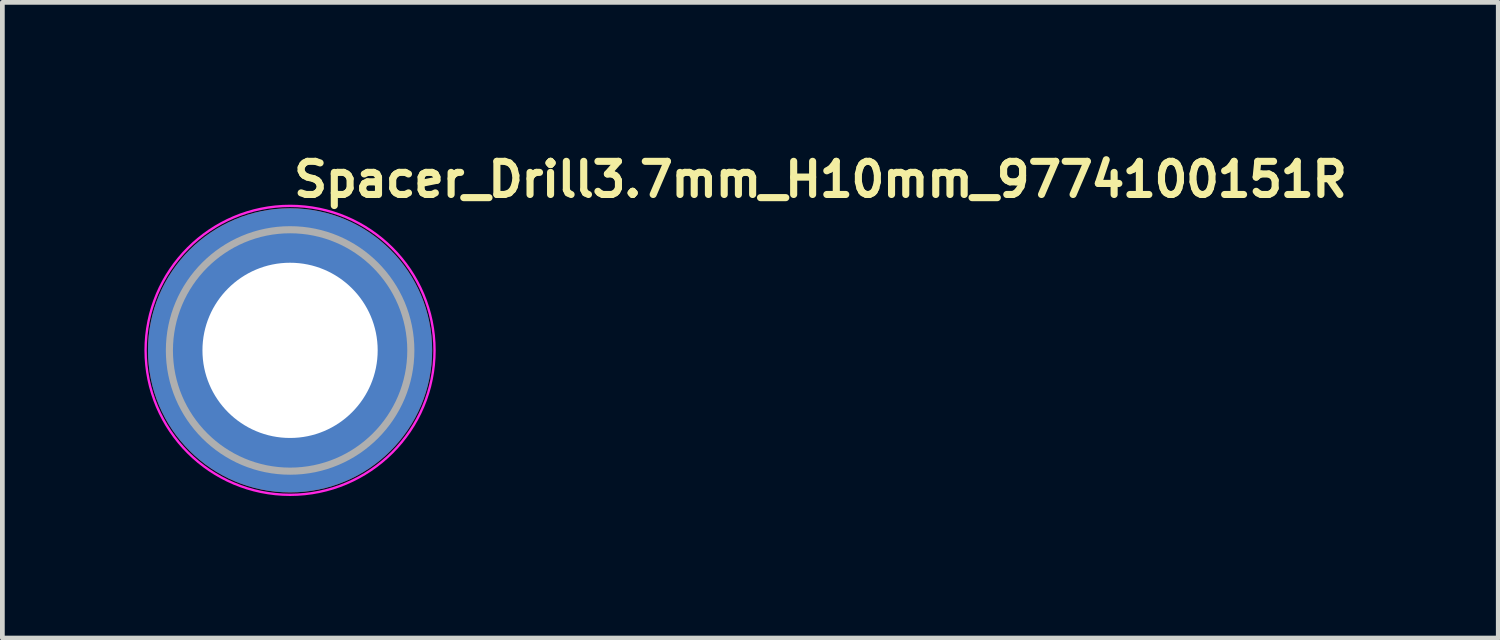
<source format=kicad_pcb>
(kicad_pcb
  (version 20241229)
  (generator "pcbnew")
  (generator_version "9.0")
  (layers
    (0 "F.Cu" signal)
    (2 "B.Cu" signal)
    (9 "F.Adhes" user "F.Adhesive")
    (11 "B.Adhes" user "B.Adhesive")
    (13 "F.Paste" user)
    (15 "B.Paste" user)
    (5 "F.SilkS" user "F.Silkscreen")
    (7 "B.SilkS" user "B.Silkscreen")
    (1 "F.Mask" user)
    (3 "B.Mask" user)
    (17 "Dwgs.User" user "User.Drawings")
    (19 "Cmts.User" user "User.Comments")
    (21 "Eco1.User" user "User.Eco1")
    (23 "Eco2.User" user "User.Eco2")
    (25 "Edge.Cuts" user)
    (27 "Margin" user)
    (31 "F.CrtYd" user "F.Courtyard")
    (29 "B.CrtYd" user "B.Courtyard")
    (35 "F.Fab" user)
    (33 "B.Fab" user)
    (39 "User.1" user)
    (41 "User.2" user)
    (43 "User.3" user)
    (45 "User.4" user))
  (footprint "Spacer_Drill3.7mm_H10mm_9774100151R"
    (layer "F.Cu")
    (at 3.075 4.348)
    (property "Reference" "Spacer_Drill3.7mm_H10mm_9774100151R" (at 0.002 -3.198 0) (layer "F.SilkS") (effects (font (size 0.7 0.7) (thickness 0.15)) (justify left bottom)))
    (attr smd)
    (fp_arc (start -2.4 0) (mid -2.230201 -0.88668) (end -1.744832 -1.647896) (stroke (width 1) (type solid)) (layer "F.Paste"))
    (fp_arc (start 0 -2.4) (mid 0.88668 -2.230201) (end 1.647896 -1.744832) (stroke (width 1) (type solid)) (layer "F.Paste"))
    (fp_arc (start 0 2.4) (mid -0.88668 2.230201) (end -1.647896 1.744832) (stroke (width 1) (type solid)) (layer "F.Paste"))
    (fp_arc (start 2.4 0) (mid 2.230201 0.88668) (end 1.744832 1.647896) (stroke (width 1) (type solid)) (layer "F.Paste"))
    (fp_circle (center 0 0) (end 3.05 -0.05) (stroke (width 0.05) (type solid)) (fill no) (layer "F.CrtYd"))
    (fp_circle (center 0.001 0.002) (end 2.55 0.002) (stroke (width 0.15) (type solid)) (fill no) (layer "F.Fab"))
    (fp_circle (center 0 0) (end 2.6 0) (stroke (width 0.12) (type solid)) (fill no) (layer "User.5"))
    (fp_line (start -2.549 0.002) (end -2.549 0.002) (stroke (width 0.02) (type solid)) (layer "User.9"))
    (fp_line (start -2.549 0.002) (end -2.546 0.133) (stroke (width 0.02) (type solid)) (layer "User.9"))
    (fp_line (start -2.546 -0.131) (end -2.549 0.002) (stroke (width 0.02) (type solid)) (layer "User.9"))
    (fp_line (start -2.546 0.133) (end -2.535 0.262) (stroke (width 0.02) (type solid)) (layer "User.9"))
    (fp_line (start -2.535 -0.26) (end -2.546 -0.131) (stroke (width 0.02) (type solid)) (layer "User.9"))
    (fp_line (start -2.535 0.262) (end -2.519 0.39) (stroke (width 0.02) (type solid)) (layer "User.9"))
    (fp_line (start -2.519 -0.388) (end -2.535 -0.26) (stroke (width 0.02) (type solid)) (layer "User.9"))
    (fp_line (start -2.519 0.39) (end -2.498 0.515) (stroke (width 0.02) (type solid)) (layer "User.9"))
    (fp_line (start -2.498 -0.513) (end -2.519 -0.388) (stroke (width 0.02) (type solid)) (layer "User.9"))
    (fp_line (start -2.498 0.515) (end -2.469 0.638) (stroke (width 0.02) (type solid)) (layer "User.9"))
    (fp_line (start -2.469 -0.636) (end -2.498 -0.513) (stroke (width 0.02) (type solid)) (layer "User.9"))
    (fp_line (start -2.469 0.638) (end -2.434 0.759) (stroke (width 0.02) (type solid)) (layer "User.9"))
    (fp_line (start -2.434 -0.757) (end -2.469 -0.636) (stroke (width 0.02) (type solid)) (layer "User.9"))
    (fp_line (start -2.434 0.759) (end -2.394 0.877) (stroke (width 0.02) (type solid)) (layer "User.9"))
    (fp_line (start -2.394 -0.875) (end -2.434 -0.757) (stroke (width 0.02) (type solid)) (layer "User.9"))
    (fp_line (start -2.394 0.877) (end -2.349 0.993) (stroke (width 0.02) (type solid)) (layer "User.9"))
    (fp_line (start -2.349 -0.991) (end -2.394 -0.875) (stroke (width 0.02) (type solid)) (layer "User.9"))
    (fp_line (start -2.349 0.993) (end -2.298 1.106) (stroke (width 0.02) (type solid)) (layer "User.9"))
    (fp_line (start -2.298 -1.105) (end -2.349 -0.991) (stroke (width 0.02) (type solid)) (layer "User.9"))
    (fp_line (start -2.298 1.106) (end -2.242 1.217) (stroke (width 0.02) (type solid)) (layer "User.9"))
    (fp_line (start -2.242 -1.214) (end -2.298 -1.105) (stroke (width 0.02) (type solid)) (layer "User.9"))
    (fp_line (start -2.242 1.217) (end -2.179 1.324) (stroke (width 0.02) (type solid)) (layer "User.9"))
    (fp_line (start -2.179 -1.321) (end -2.242 -1.214) (stroke (width 0.02) (type solid)) (layer "User.9"))
    (fp_line (start -2.179 1.324) (end -2.113 1.427) (stroke (width 0.02) (type solid)) (layer "User.9"))
    (fp_line (start -2.113 -1.424) (end -2.179 -1.321) (stroke (width 0.02) (type solid)) (layer "User.9"))
    (fp_line (start -2.113 1.427) (end -2.043 1.527) (stroke (width 0.02) (type solid)) (layer "User.9"))
    (fp_line (start -2.043 -1.524) (end -2.113 -1.424) (stroke (width 0.02) (type solid)) (layer "User.9"))
    (fp_line (start -2.043 1.527) (end -1.966 1.624) (stroke (width 0.02) (type solid)) (layer "User.9"))
    (fp_line (start -1.966 -1.621) (end -2.043 -1.524) (stroke (width 0.02) (type solid)) (layer "User.9"))
    (fp_line (start -1.966 1.624) (end -1.886 1.715) (stroke (width 0.02) (type solid)) (layer "User.9"))
    (fp_line (start -1.886 -1.714) (end -1.966 -1.621) (stroke (width 0.02) (type solid)) (layer "User.9"))
    (fp_line (start -1.886 1.715) (end -1.803 1.804) (stroke (width 0.02) (type solid)) (layer "User.9"))
    (fp_line (start -1.803 -1.803) (end -1.886 -1.714) (stroke (width 0.02) (type solid)) (layer "User.9"))
    (fp_line (start -1.803 1.804) (end -1.713 1.888) (stroke (width 0.02) (type solid)) (layer "User.9"))
    (fp_line (start -1.713 -1.887) (end -1.803 -1.803) (stroke (width 0.02) (type solid)) (layer "User.9"))
    (fp_line (start -1.713 1.888) (end -1.621 1.969) (stroke (width 0.02) (type solid)) (layer "User.9"))
    (fp_line (start -1.621 -1.966) (end -1.713 -1.887) (stroke (width 0.02) (type solid)) (layer "User.9"))
    (fp_line (start -1.621 1.969) (end -1.524 2.045) (stroke (width 0.02) (type solid)) (layer "User.9"))
    (fp_line (start -1.524 -2.042) (end -1.621 -1.966) (stroke (width 0.02) (type solid)) (layer "User.9"))
    (fp_line (start -1.524 2.045) (end -1.424 2.115) (stroke (width 0.02) (type solid)) (layer "User.9"))
    (fp_line (start -1.424 -2.114) (end -1.524 -2.042) (stroke (width 0.02) (type solid)) (layer "User.9"))
    (fp_line (start -1.424 2.115) (end -1.322 2.182) (stroke (width 0.02) (type solid)) (layer "User.9"))
    (fp_line (start -1.322 -2.18) (end -1.424 -2.114) (stroke (width 0.02) (type solid)) (layer "User.9"))
    (fp_line (start -1.322 2.182) (end -1.214 2.243) (stroke (width 0.02) (type solid)) (layer "User.9"))
    (fp_line (start -1.214 -2.241) (end -1.322 -2.18) (stroke (width 0.02) (type solid)) (layer "User.9"))
    (fp_line (start -1.214 2.243) (end -1.105 2.299) (stroke (width 0.02) (type solid)) (layer "User.9"))
    (fp_line (start -1.105 -2.297) (end -1.214 -2.241) (stroke (width 0.02) (type solid)) (layer "User.9"))
    (fp_line (start -1.105 2.299) (end -0.992 2.351) (stroke (width 0.02) (type solid)) (layer "User.9"))
    (fp_line (start -1.005 0.002) (end -1.005 0.002) (stroke (width 0.02) (type solid)) (layer "User.9"))
    (fp_line (start -1.005 0.002) (end -1.004 0.053) (stroke (width 0.02) (type solid)) (layer "User.9"))
    (fp_line (start -1.004 -0.051) (end -1.005 0.002) (stroke (width 0.02) (type solid)) (layer "User.9"))
    (fp_line (start -1.004 0.053) (end -1 0.104) (stroke (width 0.02) (type solid)) (layer "User.9"))
    (fp_line (start -1 -0.102) (end -1.004 -0.051) (stroke (width 0.02) (type solid)) (layer "User.9"))
    (fp_line (start -1 0.104) (end -0.993 0.154) (stroke (width 0.02) (type solid)) (layer "User.9"))
    (fp_line (start -0.993 -0.152) (end -1 -0.102) (stroke (width 0.02) (type solid)) (layer "User.9"))
    (fp_line (start -0.993 0.154) (end -0.985 0.204) (stroke (width 0.02) (type solid)) (layer "User.9"))
    (fp_line (start -0.992 -2.349) (end -1.105 -2.297) (stroke (width 0.02) (type solid)) (layer "User.9"))
    (fp_line (start -0.992 2.351) (end -0.875 2.396) (stroke (width 0.02) (type solid)) (layer "User.9"))
    (fp_line (start -0.985 -0.202) (end -0.993 -0.152) (stroke (width 0.02) (type solid)) (layer "User.9"))
    (fp_line (start -0.985 0.204) (end -0.973 0.252) (stroke (width 0.02) (type solid)) (layer "User.9"))
    (fp_line (start -0.973 -0.25) (end -0.985 -0.202) (stroke (width 0.02) (type solid)) (layer "User.9"))
    (fp_line (start -0.973 0.252) (end -0.96 0.3) (stroke (width 0.02) (type solid)) (layer "User.9"))
    (fp_line (start -0.96 -0.298) (end -0.973 -0.25) (stroke (width 0.02) (type solid)) (layer "User.9"))
    (fp_line (start -0.96 0.3) (end -0.944 0.348) (stroke (width 0.02) (type solid)) (layer "User.9"))
    (fp_line (start -0.944 -0.346) (end -0.96 -0.298) (stroke (width 0.02) (type solid)) (layer "User.9"))
    (fp_line (start -0.944 0.348) (end -0.927 0.393) (stroke (width 0.02) (type solid)) (layer "User.9"))
    (fp_line (start -0.927 -0.391) (end -0.944 -0.346) (stroke (width 0.02) (type solid)) (layer "User.9"))
    (fp_line (start -0.927 0.393) (end -0.907 0.437) (stroke (width 0.02) (type solid)) (layer "User.9"))
    (fp_line (start -0.907 -0.435) (end -0.927 -0.391) (stroke (width 0.02) (type solid)) (layer "User.9"))
    (fp_line (start -0.907 0.437) (end -0.884 0.481) (stroke (width 0.02) (type solid)) (layer "User.9"))
    (fp_line (start -0.884 -0.478) (end -0.907 -0.435) (stroke (width 0.02) (type solid)) (layer "User.9"))
    (fp_line (start -0.884 0.481) (end -0.859 0.523) (stroke (width 0.02) (type solid)) (layer "User.9"))
    (fp_line (start -0.875 -2.394) (end -0.992 -2.349) (stroke (width 0.02) (type solid)) (layer "User.9"))
    (fp_line (start -0.875 2.396) (end -0.758 2.437) (stroke (width 0.02) (type solid)) (layer "User.9"))
    (fp_line (start -0.859 -0.521) (end -0.884 -0.478) (stroke (width 0.02) (type solid)) (layer "User.9"))
    (fp_line (start -0.859 0.523) (end -0.834 0.564) (stroke (width 0.02) (type solid)) (layer "User.9"))
    (fp_line (start -0.834 -0.562) (end -0.859 -0.521) (stroke (width 0.02) (type solid)) (layer "User.9"))
    (fp_line (start -0.834 0.564) (end -0.806 0.603) (stroke (width 0.02) (type solid)) (layer "User.9"))
    (fp_line (start -0.806 -0.601) (end -0.834 -0.562) (stroke (width 0.02) (type solid)) (layer "User.9"))
    (fp_line (start -0.806 0.603) (end -0.775 0.642) (stroke (width 0.02) (type solid)) (layer "User.9"))
    (fp_line (start -0.775 -0.64) (end -0.806 -0.601) (stroke (width 0.02) (type solid)) (layer "User.9"))
    (fp_line (start -0.775 0.642) (end -0.745 0.678) (stroke (width 0.02) (type solid)) (layer "User.9"))
    (fp_line (start -0.758 -2.434) (end -0.875 -2.394) (stroke (width 0.02) (type solid)) (layer "User.9"))
    (fp_line (start -0.758 2.437) (end -0.637 2.47) (stroke (width 0.02) (type solid)) (layer "User.9"))
    (fp_line (start -0.745 -0.676) (end -0.775 -0.64) (stroke (width 0.02) (type solid)) (layer "User.9"))
    (fp_line (start -0.745 0.678) (end -0.71 0.712) (stroke (width 0.02) (type solid)) (layer "User.9"))
    (fp_line (start -0.71 -0.71) (end -0.745 -0.676) (stroke (width 0.02) (type solid)) (layer "User.9"))
    (fp_line (start -0.71 0.712) (end -0.675 0.746) (stroke (width 0.02) (type solid)) (layer "User.9"))
    (fp_line (start -0.675 -0.744) (end -0.71 -0.71) (stroke (width 0.02) (type solid)) (layer "User.9"))
    (fp_line (start -0.675 0.746) (end -0.64 0.778) (stroke (width 0.02) (type solid)) (layer "User.9"))
    (fp_line (start -0.64 -0.776) (end -0.675 -0.744) (stroke (width 0.02) (type solid)) (layer "User.9"))
    (fp_line (start -0.64 0.778) (end -0.601 0.808) (stroke (width 0.02) (type solid)) (layer "User.9"))
    (fp_line (start -0.637 -2.469) (end -0.758 -2.434) (stroke (width 0.02) (type solid)) (layer "User.9"))
    (fp_line (start -0.637 2.47) (end -0.512 2.5) (stroke (width 0.02) (type solid)) (layer "User.9"))
    (fp_line (start -0.601 -0.806) (end -0.64 -0.776) (stroke (width 0.02) (type solid)) (layer "User.9"))
    (fp_line (start -0.601 0.808) (end -0.561 0.835) (stroke (width 0.02) (type solid)) (layer "User.9"))
    (fp_line (start -0.561 -0.833) (end -0.601 -0.806) (stroke (width 0.02) (type solid)) (layer "User.9"))
    (fp_line (start -0.561 0.835) (end -0.521 0.861) (stroke (width 0.02) (type solid)) (layer "User.9"))
    (fp_line (start -0.521 -0.859) (end -0.561 -0.833) (stroke (width 0.02) (type solid)) (layer "User.9"))
    (fp_line (start -0.521 0.861) (end -0.479 0.886) (stroke (width 0.02) (type solid)) (layer "User.9"))
    (fp_line (start -0.512 -2.498) (end -0.637 -2.469) (stroke (width 0.02) (type solid)) (layer "User.9"))
    (fp_line (start -0.512 2.5) (end -0.387 2.521) (stroke (width 0.02) (type solid)) (layer "User.9"))
    (fp_line (start -0.479 -0.884) (end -0.521 -0.859) (stroke (width 0.02) (type solid)) (layer "User.9"))
    (fp_line (start -0.479 0.886) (end -0.436 0.909) (stroke (width 0.02) (type solid)) (layer "User.9"))
    (fp_line (start -0.436 -0.907) (end -0.479 -0.884) (stroke (width 0.02) (type solid)) (layer "User.9"))
    (fp_line (start -0.436 0.909) (end -0.391 0.929) (stroke (width 0.02) (type solid)) (layer "User.9"))
    (fp_line (start -0.391 -0.927) (end -0.436 -0.907) (stroke (width 0.02) (type solid)) (layer "User.9"))
    (fp_line (start -0.391 0.929) (end -0.346 0.947) (stroke (width 0.02) (type solid)) (layer "User.9"))
    (fp_line (start -0.387 -2.519) (end -0.512 -2.498) (stroke (width 0.02) (type solid)) (layer "User.9"))
    (fp_line (start -0.387 2.521) (end -0.259 2.537) (stroke (width 0.02) (type solid)) (layer "User.9"))
    (fp_line (start -0.346 -0.945) (end -0.391 -0.927) (stroke (width 0.02) (type solid)) (layer "User.9"))
    (fp_line (start -0.346 0.947) (end -0.299 0.962) (stroke (width 0.02) (type solid)) (layer "User.9"))
    (fp_line (start -0.299 -0.96) (end -0.346 -0.945) (stroke (width 0.02) (type solid)) (layer "User.9"))
    (fp_line (start -0.299 0.962) (end -0.25 0.975) (stroke (width 0.02) (type solid)) (layer "User.9"))
    (fp_line (start -0.259 -2.535) (end -0.387 -2.519) (stroke (width 0.02) (type solid)) (layer "User.9"))
    (fp_line (start -0.259 2.537) (end -0.13 2.548) (stroke (width 0.02) (type solid)) (layer "User.9"))
    (fp_line (start -0.25 -0.973) (end -0.299 -0.96) (stroke (width 0.02) (type solid)) (layer "User.9"))
    (fp_line (start -0.25 0.975) (end -0.202 0.987) (stroke (width 0.02) (type solid)) (layer "User.9"))
    (fp_line (start -0.202 -0.985) (end -0.25 -0.973) (stroke (width 0.02) (type solid)) (layer "User.9"))
    (fp_line (start -0.202 0.987) (end -0.153 0.995) (stroke (width 0.02) (type solid)) (layer "User.9"))
    (fp_line (start -0.153 -0.993) (end -0.202 -0.985) (stroke (width 0.02) (type solid)) (layer "User.9"))
    (fp_line (start -0.153 0.995) (end -0.101 1.003) (stroke (width 0.02) (type solid)) (layer "User.9"))
    (fp_line (start -0.13 -2.546) (end -0.259 -2.535) (stroke (width 0.02) (type solid)) (layer "User.9"))
    (fp_line (start -0.13 2.548) (end 0.001 2.55) (stroke (width 0.02) (type solid)) (layer "User.9"))
    (fp_line (start -0.101 -1) (end -0.153 -0.993) (stroke (width 0.02) (type solid)) (layer "User.9"))
    (fp_line (start -0.101 1.003) (end -0.05 1.007) (stroke (width 0.02) (type solid)) (layer "User.9"))
    (fp_line (start -0.05 -1.004) (end -0.101 -1) (stroke (width 0.02) (type solid)) (layer "User.9"))
    (fp_line (start -0.05 1.007) (end 0.001 1.007) (stroke (width 0.02) (type solid)) (layer "User.9"))
    (fp_line (start 0.001 -2.549) (end -0.13 -2.546) (stroke (width 0.02) (type solid)) (layer "User.9"))
    (fp_line (start 0.001 -2.549) (end 0.001 -2.549) (stroke (width 0.02) (type solid)) (layer "User.9"))
    (fp_line (start 0.001 -1.006) (end -0.05 -1.004) (stroke (width 0.02) (type solid)) (layer "User.9"))
    (fp_line (start 0.001 -1.006) (end 0.001 -1.006) (stroke (width 0.02) (type solid)) (layer "User.9"))
    (fp_line (start 0.001 1.007) (end 0.001 1.007) (stroke (width 0.02) (type solid)) (layer "User.9"))
    (fp_line (start 0.001 1.007) (end 0.052 1.007) (stroke (width 0.02) (type solid)) (layer "User.9"))
    (fp_line (start 0.001 2.55) (end 0.001 2.55) (stroke (width 0.02) (type solid)) (layer "User.9"))
    (fp_line (start 0.001 2.55) (end 0.133 2.548) (stroke (width 0.02) (type solid)) (layer "User.9"))
    (fp_line (start 0.052 -1.004) (end 0.001 -1.006) (stroke (width 0.02) (type solid)) (layer "User.9"))
    (fp_line (start 0.052 1.007) (end 0.104 1.003) (stroke (width 0.02) (type solid)) (layer "User.9"))
    (fp_line (start 0.104 -1) (end 0.052 -1.004) (stroke (width 0.02) (type solid)) (layer "User.9"))
    (fp_line (start 0.104 1.003) (end 0.154 0.995) (stroke (width 0.02) (type solid)) (layer "User.9"))
    (fp_line (start 0.133 -2.546) (end 0.001 -2.549) (stroke (width 0.02) (type solid)) (layer "User.9"))
    (fp_line (start 0.133 2.548) (end 0.262 2.537) (stroke (width 0.02) (type solid)) (layer "User.9"))
    (fp_line (start 0.154 -0.993) (end 0.104 -1) (stroke (width 0.02) (type solid)) (layer "User.9"))
    (fp_line (start 0.154 0.995) (end 0.204 0.987) (stroke (width 0.02) (type solid)) (layer "User.9"))
    (fp_line (start 0.204 -0.985) (end 0.154 -0.993) (stroke (width 0.02) (type solid)) (layer "User.9"))
    (fp_line (start 0.204 0.987) (end 0.253 0.975) (stroke (width 0.02) (type solid)) (layer "User.9"))
    (fp_line (start 0.253 -0.973) (end 0.204 -0.985) (stroke (width 0.02) (type solid)) (layer "User.9"))
    (fp_line (start 0.253 0.975) (end 0.301 0.962) (stroke (width 0.02) (type solid)) (layer "User.9"))
    (fp_line (start 0.262 -2.535) (end 0.133 -2.546) (stroke (width 0.02) (type solid)) (layer "User.9"))
    (fp_line (start 0.262 2.537) (end 0.39 2.521) (stroke (width 0.02) (type solid)) (layer "User.9"))
    (fp_line (start 0.301 -0.96) (end 0.253 -0.973) (stroke (width 0.02) (type solid)) (layer "User.9"))
    (fp_line (start 0.301 0.962) (end 0.347 0.947) (stroke (width 0.02) (type solid)) (layer "User.9"))
    (fp_line (start 0.347 -0.945) (end 0.301 -0.96) (stroke (width 0.02) (type solid)) (layer "User.9"))
    (fp_line (start 0.347 0.947) (end 0.392 0.929) (stroke (width 0.02) (type solid)) (layer "User.9"))
    (fp_line (start 0.39 -2.519) (end 0.262 -2.535) (stroke (width 0.02) (type solid)) (layer "User.9"))
    (fp_line (start 0.39 2.521) (end 0.514 2.5) (stroke (width 0.02) (type solid)) (layer "User.9"))
    (fp_line (start 0.392 -0.927) (end 0.347 -0.945) (stroke (width 0.02) (type solid)) (layer "User.9"))
    (fp_line (start 0.392 0.929) (end 0.437 0.909) (stroke (width 0.02) (type solid)) (layer "User.9"))
    (fp_line (start 0.437 -0.907) (end 0.392 -0.927) (stroke (width 0.02) (type solid)) (layer "User.9"))
    (fp_line (start 0.437 0.909) (end 0.481 0.886) (stroke (width 0.02) (type solid)) (layer "User.9"))
    (fp_line (start 0.481 -0.884) (end 0.437 -0.907) (stroke (width 0.02) (type solid)) (layer "User.9"))
    (fp_line (start 0.481 0.886) (end 0.522 0.861) (stroke (width 0.02) (type solid)) (layer "User.9"))
    (fp_line (start 0.514 -2.498) (end 0.39 -2.519) (stroke (width 0.02) (type solid)) (layer "User.9"))
    (fp_line (start 0.514 2.5) (end 0.639 2.47) (stroke (width 0.02) (type solid)) (layer "User.9"))
    (fp_line (start 0.522 -0.859) (end 0.481 -0.884) (stroke (width 0.02) (type solid)) (layer "User.9"))
    (fp_line (start 0.522 0.861) (end 0.564 0.835) (stroke (width 0.02) (type solid)) (layer "User.9"))
    (fp_line (start 0.564 -0.833) (end 0.522 -0.859) (stroke (width 0.02) (type solid)) (layer "User.9"))
    (fp_line (start 0.564 0.835) (end 0.604 0.808) (stroke (width 0.02) (type solid)) (layer "User.9"))
    (fp_line (start 0.604 -0.806) (end 0.564 -0.833) (stroke (width 0.02) (type solid)) (layer "User.9"))
    (fp_line (start 0.604 0.808) (end 0.641 0.778) (stroke (width 0.02) (type solid)) (layer "User.9"))
    (fp_line (start 0.639 -2.469) (end 0.514 -2.498) (stroke (width 0.02) (type solid)) (layer "User.9"))
    (fp_line (start 0.639 2.47) (end 0.759 2.437) (stroke (width 0.02) (type solid)) (layer "User.9"))
    (fp_line (start 0.641 -0.776) (end 0.604 -0.806) (stroke (width 0.02) (type solid)) (layer "User.9"))
    (fp_line (start 0.641 0.778) (end 0.677 0.746) (stroke (width 0.02) (type solid)) (layer "User.9"))
    (fp_line (start 0.677 -0.744) (end 0.641 -0.776) (stroke (width 0.02) (type solid)) (layer "User.9"))
    (fp_line (start 0.677 0.746) (end 0.713 0.712) (stroke (width 0.02) (type solid)) (layer "User.9"))
    (fp_line (start 0.713 -0.71) (end 0.677 -0.744) (stroke (width 0.02) (type solid)) (layer "User.9"))
    (fp_line (start 0.713 0.712) (end 0.747 0.678) (stroke (width 0.02) (type solid)) (layer "User.9"))
    (fp_line (start 0.747 -0.676) (end 0.713 -0.71) (stroke (width 0.02) (type solid)) (layer "User.9"))
    (fp_line (start 0.747 0.678) (end 0.778 0.642) (stroke (width 0.02) (type solid)) (layer "User.9"))
    (fp_line (start 0.759 -2.434) (end 0.639 -2.469) (stroke (width 0.02) (type solid)) (layer "User.9"))
    (fp_line (start 0.759 2.437) (end 0.878 2.396) (stroke (width 0.02) (type solid)) (layer "User.9"))
    (fp_line (start 0.778 -0.64) (end 0.747 -0.676) (stroke (width 0.02) (type solid)) (layer "User.9"))
    (fp_line (start 0.778 0.642) (end 0.808 0.603) (stroke (width 0.02) (type solid)) (layer "User.9"))
    (fp_line (start 0.808 -0.601) (end 0.778 -0.64) (stroke (width 0.02) (type solid)) (layer "User.9"))
    (fp_line (start 0.808 0.603) (end 0.836 0.564) (stroke (width 0.02) (type solid)) (layer "User.9"))
    (fp_line (start 0.836 -0.562) (end 0.808 -0.601) (stroke (width 0.02) (type solid)) (layer "User.9"))
    (fp_line (start 0.836 0.564) (end 0.862 0.523) (stroke (width 0.02) (type solid)) (layer "User.9"))
    (fp_line (start 0.862 -0.521) (end 0.836 -0.562) (stroke (width 0.02) (type solid)) (layer "User.9"))
    (fp_line (start 0.862 0.523) (end 0.886 0.481) (stroke (width 0.02) (type solid)) (layer "User.9"))
    (fp_line (start 0.878 -2.394) (end 0.759 -2.434) (stroke (width 0.02) (type solid)) (layer "User.9"))
    (fp_line (start 0.878 2.396) (end 0.993 2.351) (stroke (width 0.02) (type solid)) (layer "User.9"))
    (fp_line (start 0.886 -0.478) (end 0.862 -0.521) (stroke (width 0.02) (type solid)) (layer "User.9"))
    (fp_line (start 0.886 0.481) (end 0.909 0.437) (stroke (width 0.02) (type solid)) (layer "User.9"))
    (fp_line (start 0.909 -0.435) (end 0.886 -0.478) (stroke (width 0.02) (type solid)) (layer "User.9"))
    (fp_line (start 0.909 0.437) (end 0.929 0.393) (stroke (width 0.02) (type solid)) (layer "User.9"))
    (fp_line (start 0.929 -0.391) (end 0.909 -0.435) (stroke (width 0.02) (type solid)) (layer "User.9"))
    (fp_line (start 0.929 0.393) (end 0.947 0.348) (stroke (width 0.02) (type solid)) (layer "User.9"))
    (fp_line (start 0.947 -0.346) (end 0.929 -0.391) (stroke (width 0.02) (type solid)) (layer "User.9"))
    (fp_line (start 0.947 0.348) (end 0.963 0.3) (stroke (width 0.02) (type solid)) (layer "User.9"))
    (fp_line (start 0.963 -0.298) (end 0.947 -0.346) (stroke (width 0.02) (type solid)) (layer "User.9"))
    (fp_line (start 0.963 0.3) (end 0.975 0.252) (stroke (width 0.02) (type solid)) (layer "User.9"))
    (fp_line (start 0.975 -0.25) (end 0.963 -0.298) (stroke (width 0.02) (type solid)) (layer "User.9"))
    (fp_line (start 0.975 0.252) (end 0.987 0.204) (stroke (width 0.02) (type solid)) (layer "User.9"))
    (fp_line (start 0.987 -0.202) (end 0.975 -0.25) (stroke (width 0.02) (type solid)) (layer "User.9"))
    (fp_line (start 0.987 0.204) (end 0.995 0.154) (stroke (width 0.02) (type solid)) (layer "User.9"))
    (fp_line (start 0.993 -2.349) (end 0.878 -2.394) (stroke (width 0.02) (type solid)) (layer "User.9"))
    (fp_line (start 0.993 2.351) (end 1.106 2.299) (stroke (width 0.02) (type solid)) (layer "User.9"))
    (fp_line (start 0.995 -0.152) (end 0.987 -0.202) (stroke (width 0.02) (type solid)) (layer "User.9"))
    (fp_line (start 0.995 0.154) (end 1.003 0.104) (stroke (width 0.02) (type solid)) (layer "User.9"))
    (fp_line (start 1.003 -0.102) (end 0.995 -0.152) (stroke (width 0.02) (type solid)) (layer "User.9"))
    (fp_line (start 1.003 0.104) (end 1.007 0.053) (stroke (width 0.02) (type solid)) (layer "User.9"))
    (fp_line (start 1.007 -0.051) (end 1.003 -0.102) (stroke (width 0.02) (type solid)) (layer "User.9"))
    (fp_line (start 1.007 0.002) (end 1.007 -0.051) (stroke (width 0.02) (type solid)) (layer "User.9"))
    (fp_line (start 1.007 0.002) (end 1.007 0.002) (stroke (width 0.02) (type solid)) (layer "User.9"))
    (fp_line (start 1.007 0.002) (end 1.007 0.002) (stroke (width 0.02) (type solid)) (layer "User.9"))
    (fp_line (start 1.007 0.053) (end 1.007 0.002) (stroke (width 0.02) (type solid)) (layer "User.9"))
    (fp_line (start 1.106 -2.297) (end 0.993 -2.349) (stroke (width 0.02) (type solid)) (layer "User.9"))
    (fp_line (start 1.106 2.299) (end 1.217 2.243) (stroke (width 0.02) (type solid)) (layer "User.9"))
    (fp_line (start 1.217 -2.241) (end 1.106 -2.297) (stroke (width 0.02) (type solid)) (layer "User.9"))
    (fp_line (start 1.217 2.243) (end 1.324 2.182) (stroke (width 0.02) (type solid)) (layer "User.9"))
    (fp_line (start 1.324 -2.18) (end 1.217 -2.241) (stroke (width 0.02) (type solid)) (layer "User.9"))
    (fp_line (start 1.324 2.182) (end 1.427 2.115) (stroke (width 0.02) (type solid)) (layer "User.9"))
    (fp_line (start 1.427 -2.114) (end 1.324 -2.18) (stroke (width 0.02) (type solid)) (layer "User.9"))
    (fp_line (start 1.427 2.115) (end 1.526 2.045) (stroke (width 0.02) (type solid)) (layer "User.9"))
    (fp_line (start 1.526 -2.042) (end 1.427 -2.114) (stroke (width 0.02) (type solid)) (layer "User.9"))
    (fp_line (start 1.526 2.045) (end 1.623 1.969) (stroke (width 0.02) (type solid)) (layer "User.9"))
    (fp_line (start 1.623 -1.966) (end 1.526 -2.042) (stroke (width 0.02) (type solid)) (layer "User.9"))
    (fp_line (start 1.623 1.969) (end 1.716 1.888) (stroke (width 0.02) (type solid)) (layer "User.9"))
    (fp_line (start 1.716 -1.887) (end 1.623 -1.966) (stroke (width 0.02) (type solid)) (layer "User.9"))
    (fp_line (start 1.716 1.888) (end 1.805 1.804) (stroke (width 0.02) (type solid)) (layer "User.9"))
    (fp_line (start 1.805 -1.803) (end 1.716 -1.887) (stroke (width 0.02) (type solid)) (layer "User.9"))
    (fp_line (start 1.805 1.804) (end 1.888 1.715) (stroke (width 0.02) (type solid)) (layer "User.9"))
    (fp_line (start 1.888 -1.714) (end 1.805 -1.803) (stroke (width 0.02) (type solid)) (layer "User.9"))
    (fp_line (start 1.888 1.715) (end 1.968 1.624) (stroke (width 0.02) (type solid)) (layer "User.9"))
    (fp_line (start 1.968 -1.621) (end 1.888 -1.714) (stroke (width 0.02) (type solid)) (layer "User.9"))
    (fp_line (start 1.968 1.624) (end 2.045 1.527) (stroke (width 0.02) (type solid)) (layer "User.9"))
    (fp_line (start 2.045 -1.524) (end 1.968 -1.621) (stroke (width 0.02) (type solid)) (layer "User.9"))
    (fp_line (start 2.045 1.527) (end 2.116 1.427) (stroke (width 0.02) (type solid)) (layer "User.9"))
    (fp_line (start 2.116 -1.424) (end 2.045 -1.524) (stroke (width 0.02) (type solid)) (layer "User.9"))
    (fp_line (start 2.116 1.427) (end 2.182 1.324) (stroke (width 0.02) (type solid)) (layer "User.9"))
    (fp_line (start 2.182 -1.321) (end 2.116 -1.424) (stroke (width 0.02) (type solid)) (layer "User.9"))
    (fp_line (start 2.182 1.324) (end 2.244 1.217) (stroke (width 0.02) (type solid)) (layer "User.9"))
    (fp_line (start 2.244 -1.214) (end 2.182 -1.321) (stroke (width 0.02) (type solid)) (layer "User.9"))
    (fp_line (start 2.244 1.217) (end 2.3 1.106) (stroke (width 0.02) (type solid)) (layer "User.9"))
    (fp_line (start 2.3 -1.105) (end 2.244 -1.214) (stroke (width 0.02) (type solid)) (layer "User.9"))
    (fp_line (start 2.3 1.106) (end 2.351 0.993) (stroke (width 0.02) (type solid)) (layer "User.9"))
    (fp_line (start 2.351 -0.991) (end 2.3 -1.105) (stroke (width 0.02) (type solid)) (layer "User.9"))
    (fp_line (start 2.351 0.993) (end 2.397 0.877) (stroke (width 0.02) (type solid)) (layer "User.9"))
    (fp_line (start 2.397 -0.875) (end 2.351 -0.991) (stroke (width 0.02) (type solid)) (layer "User.9"))
    (fp_line (start 2.397 0.877) (end 2.437 0.759) (stroke (width 0.02) (type solid)) (layer "User.9"))
    (fp_line (start 2.437 -0.757) (end 2.397 -0.875) (stroke (width 0.02) (type solid)) (layer "User.9"))
    (fp_line (start 2.437 0.759) (end 2.47 0.638) (stroke (width 0.02) (type solid)) (layer "User.9"))
    (fp_line (start 2.47 -0.636) (end 2.437 -0.757) (stroke (width 0.02) (type solid)) (layer "User.9"))
    (fp_line (start 2.47 0.638) (end 2.499 0.515) (stroke (width 0.02) (type solid)) (layer "User.9"))
    (fp_line (start 2.499 -0.513) (end 2.47 -0.636) (stroke (width 0.02) (type solid)) (layer "User.9"))
    (fp_line (start 2.499 0.515) (end 2.521 0.39) (stroke (width 0.02) (type solid)) (layer "User.9"))
    (fp_line (start 2.521 -0.388) (end 2.499 -0.513) (stroke (width 0.02) (type solid)) (layer "User.9"))
    (fp_line (start 2.521 0.39) (end 2.537 0.262) (stroke (width 0.02) (type solid)) (layer "User.9"))
    (fp_line (start 2.537 -0.26) (end 2.521 -0.388) (stroke (width 0.02) (type solid)) (layer "User.9"))
    (fp_line (start 2.537 0.262) (end 2.547 0.133) (stroke (width 0.02) (type solid)) (layer "User.9"))
    (fp_line (start 2.547 -0.131) (end 2.537 -0.26) (stroke (width 0.02) (type solid)) (layer "User.9"))
    (fp_line (start 2.547 0.133) (end 2.55 0.002) (stroke (width 0.02) (type solid)) (layer "User.9"))
    (fp_line (start 2.55 0.002) (end 2.547 -0.131) (stroke (width 0.02) (type solid)) (layer "User.9"))
    (fp_line (start 2.55 0.002) (end 2.55 0.002) (stroke (width 0.02) (type solid)) (layer "User.9"))
    (fp_line (start 2.55 0.002) (end 2.55 0.002) (stroke (width 0.02) (type solid)) (layer "User.9"))
    (pad "1" thru_hole circle (at 0 0) (size 6 6) (drill 3.7) (layers "*.Cu" "*.Mask")))
  (gr_rect
    (start -3 -3)
    (end 28.587 10.423)
    (stroke (width 0.1) (type default))
    (fill no)
    (layer "Edge.Cuts")))
</source>
